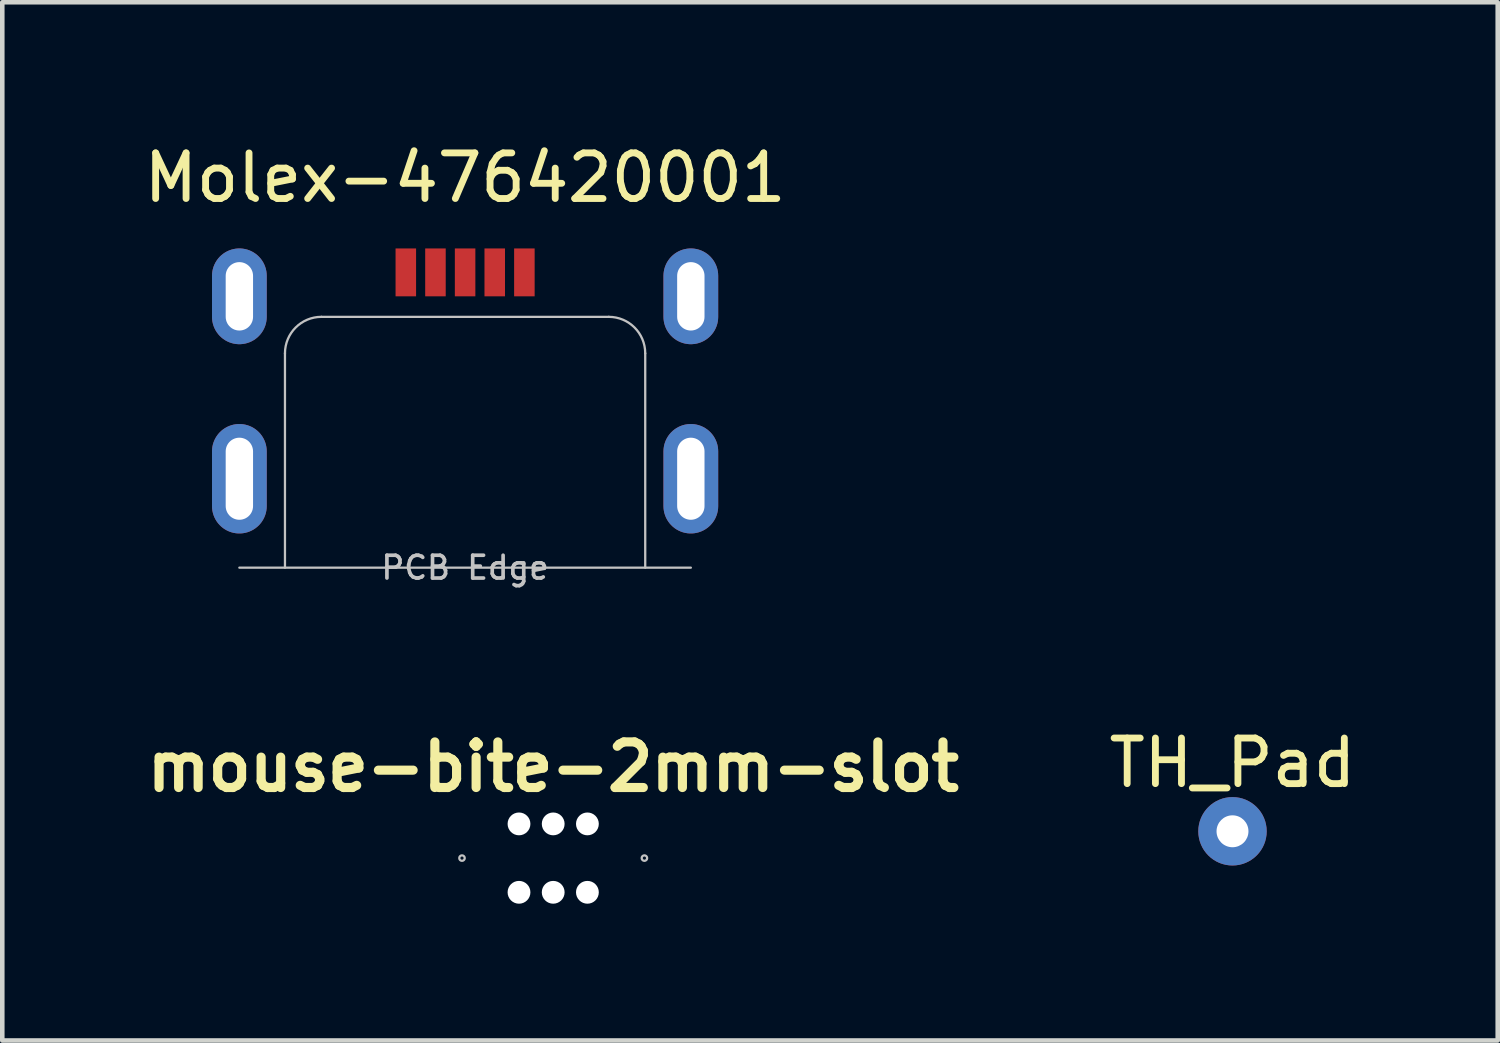
<source format=kicad_pcb>
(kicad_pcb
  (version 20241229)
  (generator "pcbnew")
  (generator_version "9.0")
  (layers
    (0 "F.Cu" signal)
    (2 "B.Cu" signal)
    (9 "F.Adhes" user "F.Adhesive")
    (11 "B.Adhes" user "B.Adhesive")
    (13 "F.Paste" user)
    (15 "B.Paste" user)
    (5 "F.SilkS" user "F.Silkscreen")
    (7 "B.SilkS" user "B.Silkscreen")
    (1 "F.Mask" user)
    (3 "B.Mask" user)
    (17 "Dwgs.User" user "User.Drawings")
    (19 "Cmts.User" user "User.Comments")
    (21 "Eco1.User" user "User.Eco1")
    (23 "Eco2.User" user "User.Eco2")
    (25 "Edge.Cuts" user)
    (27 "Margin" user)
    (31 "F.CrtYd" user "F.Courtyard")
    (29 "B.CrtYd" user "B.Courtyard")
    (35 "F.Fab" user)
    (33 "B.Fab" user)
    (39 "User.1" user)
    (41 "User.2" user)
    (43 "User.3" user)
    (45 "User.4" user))
  (footprint "mouse-bite-2mm-slot"
    (layer "F.Cu")
    (at 9.081 15.767)
    (property "Reference" "mouse-bite-2mm-slot" (at 0 -2 0) (layer "F.SilkS") (effects (font (size 1 1) (thickness 0.2))))
    (attr through_hole)
    (fp_circle (center -2 0) (end -2 -0.06) (stroke (width 0.05) (type solid)) (fill no) (layer "Dwgs.User"))
    (fp_circle (center 2 0) (end 2.06 0) (stroke (width 0.05) (type solid)) (fill no) (layer "Dwgs.User"))
    (fp_line (start -2 0) (end -2 0) (stroke (width 2) (type solid)) (layer "Eco1.User"))
    (fp_line (start 2 0) (end 2 0) (stroke (width 2) (type solid)) (layer "Eco1.User"))
    (pad "" np_thru_hole circle (at -0.75 -0.75) (size 0.5 0.5) (drill 0.5) (layers "*.Cu" "*.Mask"))
    (pad "" np_thru_hole circle (at -0.75 0.75) (size 0.5 0.5) (drill 0.5) (layers "*.Cu" "*.Mask"))
    (pad "" np_thru_hole circle (at 0 -0.75) (size 0.5 0.5) (drill 0.5) (layers "*.Cu" "*.Mask"))
    (pad "" np_thru_hole circle (at 0 0.75) (size 0.5 0.5) (drill 0.5) (layers "*.Cu" "*.Mask"))
    (pad "" np_thru_hole circle (at 0.75 -0.75) (size 0.5 0.5) (drill 0.5) (layers "*.Cu" "*.Mask"))
    (pad "" np_thru_hole circle (at 0.75 0.75) (size 0.5 0.5) (drill 0.5) (layers "*.Cu" "*.Mask")))
  (footprint "Molex-476420001"
    (layer "F.Cu")
    (at 7.149 5.348)
    (property "Reference" "Molex-476420001" (at 0 -4.5 0) (layer "F.SilkS") (effects (font (size 1 1) (thickness 0.15))))
    (attr through_hole)
    (fp_line (start -3.95 -0.65) (end -3.95 4.05) (stroke (width 0.05) (type solid)) (layer "Dwgs.User"))
    (fp_line (start -3.15 -1.45) (end 3.15 -1.45) (stroke (width 0.05) (type solid)) (layer "Dwgs.User"))
    (fp_line (start 3.95 -0.65) (end 3.95 4.05) (stroke (width 0.05) (type solid)) (layer "Dwgs.User"))
    (fp_line (start 4.95 4.05) (end -4.95 4.05) (stroke (width 0.05) (type solid)) (layer "Dwgs.User"))
    (fp_arc (start -3.95 -0.65) (mid -3.715685 -1.215685) (end -3.15 -1.45) (stroke (width 0.05) (type solid)) (layer "Dwgs.User"))
    (fp_arc (start 3.15 -1.45) (mid 3.715685 -1.215685) (end 3.95 -0.65) (stroke (width 0.05) (type solid)) (layer "Dwgs.User"))
    (fp_text user "PCB Edge" (at 0 4.05 180) (layer "Dwgs.User") (effects (font (size 0.5 0.5) (thickness 0.08))))
    (pad "1" smd rect (at -1.3 -2.425) (size 0.45 1.05) (layers "F.Cu" "F.Mask" "F.Paste"))
    (pad "2" smd rect (at -0.65 -2.425) (size 0.45 1.05) (layers "F.Cu" "F.Mask" "F.Paste"))
    (pad "3" smd rect (at 0 -2.425) (size 0.45 1.05) (layers "F.Cu" "F.Mask" "F.Paste"))
    (pad "4" smd rect (at 0.65 -2.425) (size 0.45 1.05) (layers "F.Cu" "F.Mask" "F.Paste"))
    (pad "5" smd rect (at 1.3 -2.425) (size 0.45 1.05) (layers "F.Cu" "F.Mask" "F.Paste"))
    (pad "6" thru_hole oval (at -4.95 -1.9) (size 1.2 2.1) (drill oval 0.6 1.5) (layers "*.Cu" "*.Mask"))
    (pad "6" thru_hole oval (at -4.95 2.1) (size 1.2 2.4) (drill oval 0.6 1.8) (layers "*.Cu" "*.Mask"))
    (pad "6" thru_hole oval (at 4.95 -1.9) (size 1.2 2.1) (drill oval 0.6 1.5) (layers "*.Cu" "*.Mask"))
    (pad "6" thru_hole oval (at 4.95 2.1) (size 1.2 2.4) (drill oval 0.6 1.8) (layers "*.Cu" "*.Mask")))
  (footprint "TH_Pad"
    (layer "F.Cu")
    (at 23.977 15.179)
    (property "Reference" "TH_Pad" (at 0 -1.5 0) (layer "F.SilkS") (effects (font (size 1 1) (thickness 0.15))))
    (attr through_hole)
    (pad "1" thru_hole circle (at 0 0) (size 1.5 1.5) (drill 0.7) (layers "*.Cu" "*.Mask")))
  (gr_rect
    (start -3 -3)
    (end 29.793 19.767)
    (stroke (width 0.1) (type default))
    (fill no)
    (layer "Edge.Cuts")))
</source>
